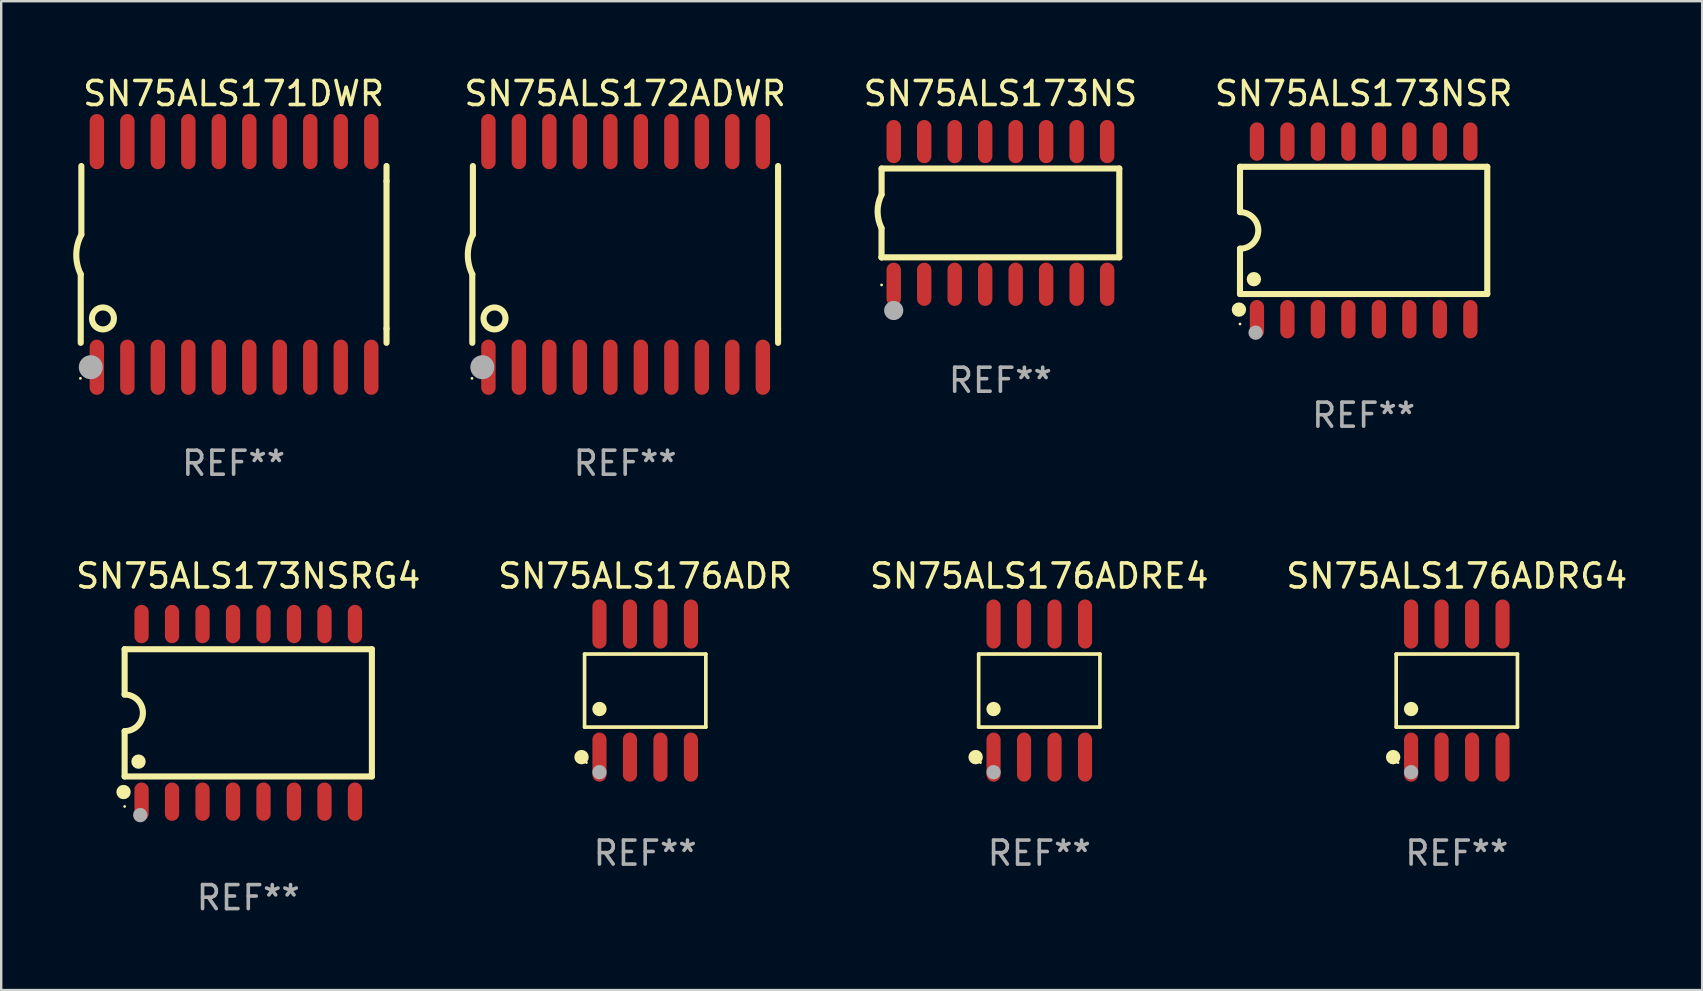
<source format=kicad_pcb>
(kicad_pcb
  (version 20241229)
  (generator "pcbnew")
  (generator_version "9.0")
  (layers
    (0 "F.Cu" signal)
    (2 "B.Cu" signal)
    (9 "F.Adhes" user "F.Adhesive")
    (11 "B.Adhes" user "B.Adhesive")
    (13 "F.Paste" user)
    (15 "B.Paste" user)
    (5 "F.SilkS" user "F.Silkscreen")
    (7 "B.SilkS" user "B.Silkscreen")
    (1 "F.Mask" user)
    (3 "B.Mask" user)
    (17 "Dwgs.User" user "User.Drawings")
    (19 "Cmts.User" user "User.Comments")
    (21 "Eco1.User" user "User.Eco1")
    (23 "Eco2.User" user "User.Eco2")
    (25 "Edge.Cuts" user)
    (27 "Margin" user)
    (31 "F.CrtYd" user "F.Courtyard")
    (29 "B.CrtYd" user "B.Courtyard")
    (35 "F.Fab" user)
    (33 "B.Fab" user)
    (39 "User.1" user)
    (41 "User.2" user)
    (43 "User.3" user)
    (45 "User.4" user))
  (footprint "SN75ALS173NSR"
    (layer "F.Cu")
    (at 53.755 6.548)
    (property "Reference" "SN75ALS173NSR" (at 0 -5.7 0) (layer "F.SilkS") (effects (font (size 1 1) (thickness 0.15))))
    (attr through_hole)
    (fp_line (start -5.15 -2.65) (end -5.15 -0.762) (stroke (width 0.254) (type solid)) (layer "F.SilkS"))
    (fp_line (start -5.15 -2.65) (end 5.15 -2.65) (stroke (width 0.254) (type solid)) (layer "F.SilkS"))
    (fp_line (start -5.15 2.65) (end -5.15 0.762) (stroke (width 0.254) (type solid)) (layer "F.SilkS"))
    (fp_line (start 5.15 -2.65) (end 5.15 2.65) (stroke (width 0.254) (type solid)) (layer "F.SilkS"))
    (fp_line (start 5.15 2.65) (end -5.15 2.65) (stroke (width 0.254) (type solid)) (layer "F.SilkS"))
    (fp_arc (start -5.151131 -0.762003) (mid -4.389128 -0.000559) (end -5.150013 0.762002) (stroke (width 0.254001) (type solid)) (layer "F.SilkS"))
    (fp_circle (center -5.195 3.299) (end -5.045 3.299) (stroke (width 0.3) (type solid)) (fill no) (layer "F.SilkS"))
    (fp_circle (center -5.15 3.9) (end -5.12 3.9) (stroke (width 0.06) (type solid)) (fill no) (layer "F.SilkS"))
    (fp_circle (center -4.572 2.032) (end -4.422 2.032) (stroke (width 0.3) (type solid)) (fill no) (layer "F.SilkS"))
    (fp_circle (center -4.5 4.26) (end -4.35 4.26) (stroke (width 0.3) (type solid)) (fill no) (layer "F.Fab"))
    (fp_text user "REF**" (at 0 7.7 0) (layer "F.Fab") (effects (font (size 1 1) (thickness 0.15))))
    (pad "1" smd oval (at -4.445 3.7) (size 0.595 1.598) (layers "F.Cu" "F.Mask" "F.Paste"))
    (pad "2" smd oval (at -3.175 3.7) (size 0.595 1.598) (layers "F.Cu" "F.Mask" "F.Paste"))
    (pad "3" smd oval (at -1.905 3.7) (size 0.595 1.598) (layers "F.Cu" "F.Mask" "F.Paste"))
    (pad "4" smd oval (at -0.635 3.7) (size 0.595 1.598) (layers "F.Cu" "F.Mask" "F.Paste"))
    (pad "5" smd oval (at 0.635 3.7) (size 0.595 1.598) (layers "F.Cu" "F.Mask" "F.Paste"))
    (pad "6" smd oval (at 1.905 3.7) (size 0.595 1.598) (layers "F.Cu" "F.Mask" "F.Paste"))
    (pad "7" smd oval (at 3.175 3.7) (size 0.595 1.598) (layers "F.Cu" "F.Mask" "F.Paste"))
    (pad "8" smd oval (at 4.445 3.7) (size 0.595 1.598) (layers "F.Cu" "F.Mask" "F.Paste"))
    (pad "9" smd oval (at 4.445 -3.7) (size 0.595 1.598) (layers "F.Cu" "F.Mask" "F.Paste"))
    (pad "10" smd oval (at 3.175 -3.7) (size 0.595 1.598) (layers "F.Cu" "F.Mask" "F.Paste"))
    (pad "11" smd oval (at 1.905 -3.7) (size 0.595 1.598) (layers "F.Cu" "F.Mask" "F.Paste"))
    (pad "12" smd oval (at 0.635 -3.7) (size 0.595 1.598) (layers "F.Cu" "F.Mask" "F.Paste"))
    (pad "13" smd oval (at -0.635 -3.7) (size 0.595 1.598) (layers "F.Cu" "F.Mask" "F.Paste"))
    (pad "14" smd oval (at -1.905 -3.7) (size 0.595 1.598) (layers "F.Cu" "F.Mask" "F.Paste"))
    (pad "15" smd oval (at -3.175 -3.7) (size 0.595 1.598) (layers "F.Cu" "F.Mask" "F.Paste"))
    (pad "16" smd oval (at -4.445 -3.7) (size 0.595 1.598) (layers "F.Cu" "F.Mask" "F.Paste")))
  (footprint "SN75ALS171DWR"
    (layer "F.Cu")
    (at 6.682 7.548)
    (property "Reference" "SN75ALS171DWR" (at 0 -6.7 0) (layer "F.SilkS") (effects (font (size 1 1) (thickness 0.15))))
    (attr through_hole)
    (fp_line (start -6.369 0.826) (end -6.369 3.683) (stroke (width 0.254) (type solid)) (layer "F.SilkS"))
    (fp_line (start -6.343 -0.825) (end -6.343 -3.683) (stroke (width 0.254) (type solid)) (layer "F.SilkS"))
    (fp_line (start 6.369 -3.048) (end 6.369 -3.683) (stroke (width 0.254) (type solid)) (layer "F.SilkS"))
    (fp_line (start 6.369 -3.048) (end 6.369 3.096) (stroke (width 0.254) (type solid)) (layer "F.SilkS"))
    (fp_line (start 6.369 3.096) (end 6.369 3.683) (stroke (width 0.254) (type solid)) (layer "F.SilkS"))
    (fp_arc (start -6.36853 0.825552) (mid -6.554743 -0.00301) (end -6.343129 -0.825451) (stroke (width 0.254001) (type solid)) (layer "F.SilkS"))
    (fp_circle (center -6.382 5.163) (end -6.352 5.163) (stroke (width 0.06) (type solid)) (fill no) (layer "F.SilkS"))
    (fp_circle (center -5.443 2.667) (end -4.985 2.667) (stroke (width 0.254) (type solid)) (fill no) (layer "F.SilkS"))
    (fp_circle (center -5.951 4.699) (end -5.701 4.699) (stroke (width 0.5) (type solid)) (fill no) (layer "F.Fab"))
    (fp_text user "REF**" (at 0 8.7 0) (layer "F.Fab") (effects (font (size 1 1) (thickness 0.15))))
    (pad "1" smd oval (at -5.697 4.7 180) (size 0.6 2.3) (layers "F.Cu" "F.Mask" "F.Paste"))
    (pad "2" smd oval (at -4.427 4.7 180) (size 0.6 2.3) (layers "F.Cu" "F.Mask" "F.Paste"))
    (pad "3" smd oval (at -3.157 4.7 180) (size 0.6 2.3) (layers "F.Cu" "F.Mask" "F.Paste"))
    (pad "4" smd oval (at -1.887 4.7 180) (size 0.6 2.3) (layers "F.Cu" "F.Mask" "F.Paste"))
    (pad "5" smd oval (at -0.617 4.7 180) (size 0.6 2.3) (layers "F.Cu" "F.Mask" "F.Paste"))
    (pad "6" smd oval (at 0.653 4.7 180) (size 0.6 2.3) (layers "F.Cu" "F.Mask" "F.Paste"))
    (pad "7" smd oval (at 1.923 4.7 180) (size 0.6 2.3) (layers "F.Cu" "F.Mask" "F.Paste"))
    (pad "8" smd oval (at 3.193 4.7 180) (size 0.6 2.3) (layers "F.Cu" "F.Mask" "F.Paste"))
    (pad "9" smd oval (at 4.463 4.7 180) (size 0.6 2.3) (layers "F.Cu" "F.Mask" "F.Paste"))
    (pad "10" smd oval (at 5.734 4.7 180) (size 0.6 2.3) (layers "F.Cu" "F.Mask" "F.Paste"))
    (pad "11" smd oval (at 5.734 -4.7 180) (size 0.6 2.3) (layers "F.Cu" "F.Mask" "F.Paste"))
    (pad "12" smd oval (at 4.463 -4.7 180) (size 0.6 2.3) (layers "F.Cu" "F.Mask" "F.Paste"))
    (pad "13" smd oval (at 3.193 -4.7 180) (size 0.6 2.3) (layers "F.Cu" "F.Mask" "F.Paste"))
    (pad "14" smd oval (at 1.923 -4.7 180) (size 0.6 2.3) (layers "F.Cu" "F.Mask" "F.Paste"))
    (pad "15" smd oval (at 0.653 -4.7 180) (size 0.6 2.3) (layers "F.Cu" "F.Mask" "F.Paste"))
    (pad "16" smd oval (at -0.617 -4.7 180) (size 0.6 2.3) (layers "F.Cu" "F.Mask" "F.Paste"))
    (pad "17" smd oval (at -1.887 -4.7 180) (size 0.6 2.3) (layers "F.Cu" "F.Mask" "F.Paste"))
    (pad "18" smd oval (at -3.157 -4.7 180) (size 0.6 2.3) (layers "F.Cu" "F.Mask" "F.Paste"))
    (pad "19" smd oval (at -4.427 -4.7 180) (size 0.6 2.3) (layers "F.Cu" "F.Mask" "F.Paste"))
    (pad "20" smd oval (at -5.697 -4.7 180) (size 0.6 2.3) (layers "F.Cu" "F.Mask" "F.Paste")))
  (footprint "SN75ALS173NSRG4"
    (layer "F.Cu")
    (at 7.292 26.645)
    (property "Reference" "SN75ALS173NSRG4" (at 0 -5.7 0) (layer "F.SilkS") (effects (font (size 1 1) (thickness 0.15))))
    (attr through_hole)
    (fp_line (start -5.15 -2.65) (end -5.15 -0.762) (stroke (width 0.254) (type solid)) (layer "F.SilkS"))
    (fp_line (start -5.15 -2.65) (end 5.15 -2.65) (stroke (width 0.254) (type solid)) (layer "F.SilkS"))
    (fp_line (start -5.15 2.65) (end -5.15 0.762) (stroke (width 0.254) (type solid)) (layer "F.SilkS"))
    (fp_line (start 5.15 -2.65) (end 5.15 2.65) (stroke (width 0.254) (type solid)) (layer "F.SilkS"))
    (fp_line (start 5.15 2.65) (end -5.15 2.65) (stroke (width 0.254) (type solid)) (layer "F.SilkS"))
    (fp_arc (start -5.151131 -0.762003) (mid -4.389128 -0.000559) (end -5.150013 0.762002) (stroke (width 0.254001) (type solid)) (layer "F.SilkS"))
    (fp_circle (center -5.195 3.299) (end -5.045 3.299) (stroke (width 0.3) (type solid)) (fill no) (layer "F.SilkS"))
    (fp_circle (center -5.15 3.9) (end -5.12 3.9) (stroke (width 0.06) (type solid)) (fill no) (layer "F.SilkS"))
    (fp_circle (center -4.572 2.032) (end -4.422 2.032) (stroke (width 0.3) (type solid)) (fill no) (layer "F.SilkS"))
    (fp_circle (center -4.5 4.26) (end -4.35 4.26) (stroke (width 0.3) (type solid)) (fill no) (layer "F.Fab"))
    (fp_text user "REF**" (at 0 7.7 0) (layer "F.Fab") (effects (font (size 1 1) (thickness 0.15))))
    (pad "1" smd oval (at -4.445 3.7) (size 0.595 1.598) (layers "F.Cu" "F.Mask" "F.Paste"))
    (pad "2" smd oval (at -3.175 3.7) (size 0.595 1.598) (layers "F.Cu" "F.Mask" "F.Paste"))
    (pad "3" smd oval (at -1.905 3.7) (size 0.595 1.598) (layers "F.Cu" "F.Mask" "F.Paste"))
    (pad "4" smd oval (at -0.635 3.7) (size 0.595 1.598) (layers "F.Cu" "F.Mask" "F.Paste"))
    (pad "5" smd oval (at 0.635 3.7) (size 0.595 1.598) (layers "F.Cu" "F.Mask" "F.Paste"))
    (pad "6" smd oval (at 1.905 3.7) (size 0.595 1.598) (layers "F.Cu" "F.Mask" "F.Paste"))
    (pad "7" smd oval (at 3.175 3.7) (size 0.595 1.598) (layers "F.Cu" "F.Mask" "F.Paste"))
    (pad "8" smd oval (at 4.445 3.7) (size 0.595 1.598) (layers "F.Cu" "F.Mask" "F.Paste"))
    (pad "9" smd oval (at 4.445 -3.7) (size 0.595 1.598) (layers "F.Cu" "F.Mask" "F.Paste"))
    (pad "10" smd oval (at 3.175 -3.7) (size 0.595 1.598) (layers "F.Cu" "F.Mask" "F.Paste"))
    (pad "11" smd oval (at 1.905 -3.7) (size 0.595 1.598) (layers "F.Cu" "F.Mask" "F.Paste"))
    (pad "12" smd oval (at 0.635 -3.7) (size 0.595 1.598) (layers "F.Cu" "F.Mask" "F.Paste"))
    (pad "13" smd oval (at -0.635 -3.7) (size 0.595 1.598) (layers "F.Cu" "F.Mask" "F.Paste"))
    (pad "14" smd oval (at -1.905 -3.7) (size 0.595 1.598) (layers "F.Cu" "F.Mask" "F.Paste"))
    (pad "15" smd oval (at -3.175 -3.7) (size 0.595 1.598) (layers "F.Cu" "F.Mask" "F.Paste"))
    (pad "16" smd oval (at -4.445 -3.7) (size 0.595 1.598) (layers "F.Cu" "F.Mask" "F.Paste")))
  (footprint "SN75ALS176ADRE4"
    (layer "F.Cu")
    (at 40.244 25.717)
    (property "Reference" "SN75ALS176ADRE4" (at 0 -4.772 0) (layer "F.SilkS") (effects (font (size 1 1) (thickness 0.15))))
    (attr through_hole)
    (fp_line (start -2.526 -1.521) (end 2.526 -1.521) (stroke (width 0.152) (type solid)) (layer "F.SilkS"))
    (fp_line (start -2.526 1.521) (end -2.526 -1.521) (stroke (width 0.152) (type solid)) (layer "F.SilkS"))
    (fp_line (start 2.526 -1.521) (end 2.526 1.521) (stroke (width 0.152) (type solid)) (layer "F.SilkS"))
    (fp_line (start 2.526 1.521) (end -2.526 1.521) (stroke (width 0.152) (type solid)) (layer "F.SilkS"))
    (fp_circle (center -2.652 2.772) (end -2.501 2.772) (stroke (width 0.3) (type solid)) (fill no) (layer "F.SilkS"))
    (fp_circle (center -2.45 3) (end -2.42 3) (stroke (width 0.06) (type solid)) (fill no) (layer "F.SilkS"))
    (fp_circle (center -1.905 0.769) (end -1.755 0.769) (stroke (width 0.3) (type solid)) (fill no) (layer "F.SilkS"))
    (fp_circle (center -1.905 3.4) (end -1.755 3.4) (stroke (width 0.3) (type solid)) (fill no) (layer "F.Fab"))
    (fp_text user "REF**" (at 0 6.772 0) (layer "F.Fab") (effects (font (size 1 1) (thickness 0.15))))
    (pad "1" smd oval (at -1.905 2.772) (size 0.588 2.045) (layers "F.Cu" "F.Mask" "F.Paste"))
    (pad "2" smd oval (at -0.635 2.772) (size 0.588 2.045) (layers "F.Cu" "F.Mask" "F.Paste"))
    (pad "3" smd oval (at 0.635 2.772) (size 0.588 2.045) (layers "F.Cu" "F.Mask" "F.Paste"))
    (pad "4" smd oval (at 1.905 2.772) (size 0.588 2.045) (layers "F.Cu" "F.Mask" "F.Paste"))
    (pad "5" smd oval (at 1.905 -2.772) (size 0.588 2.045) (layers "F.Cu" "F.Mask" "F.Paste"))
    (pad "6" smd oval (at 0.635 -2.772) (size 0.588 2.045) (layers "F.Cu" "F.Mask" "F.Paste"))
    (pad "7" smd oval (at -0.635 -2.772) (size 0.588 2.045) (layers "F.Cu" "F.Mask" "F.Paste"))
    (pad "8" smd oval (at -1.905 -2.772) (size 0.588 2.045) (layers "F.Cu" "F.Mask" "F.Paste")))
  (footprint "SN75ALS176ADR"
    (layer "F.Cu")
    (at 23.827 25.717)
    (property "Reference" "SN75ALS176ADR" (at 0 -4.772 0) (layer "F.SilkS") (effects (font (size 1 1) (thickness 0.15))))
    (attr through_hole)
    (fp_line (start -2.526 -1.521) (end 2.526 -1.521) (stroke (width 0.152) (type solid)) (layer "F.SilkS"))
    (fp_line (start -2.526 1.521) (end -2.526 -1.521) (stroke (width 0.152) (type solid)) (layer "F.SilkS"))
    (fp_line (start 2.526 -1.521) (end 2.526 1.521) (stroke (width 0.152) (type solid)) (layer "F.SilkS"))
    (fp_line (start 2.526 1.521) (end -2.526 1.521) (stroke (width 0.152) (type solid)) (layer "F.SilkS"))
    (fp_circle (center -2.652 2.772) (end -2.501 2.772) (stroke (width 0.3) (type solid)) (fill no) (layer "F.SilkS"))
    (fp_circle (center -2.45 3) (end -2.42 3) (stroke (width 0.06) (type solid)) (fill no) (layer "F.SilkS"))
    (fp_circle (center -1.905 0.769) (end -1.755 0.769) (stroke (width 0.3) (type solid)) (fill no) (layer "F.SilkS"))
    (fp_circle (center -1.905 3.4) (end -1.755 3.4) (stroke (width 0.3) (type solid)) (fill no) (layer "F.Fab"))
    (fp_text user "REF**" (at 0 6.772 0) (layer "F.Fab") (effects (font (size 1 1) (thickness 0.15))))
    (pad "1" smd oval (at -1.905 2.772) (size 0.588 2.045) (layers "F.Cu" "F.Mask" "F.Paste"))
    (pad "2" smd oval (at -0.635 2.772) (size 0.588 2.045) (layers "F.Cu" "F.Mask" "F.Paste"))
    (pad "3" smd oval (at 0.635 2.772) (size 0.588 2.045) (layers "F.Cu" "F.Mask" "F.Paste"))
    (pad "4" smd oval (at 1.905 2.772) (size 0.588 2.045) (layers "F.Cu" "F.Mask" "F.Paste"))
    (pad "5" smd oval (at 1.905 -2.772) (size 0.588 2.045) (layers "F.Cu" "F.Mask" "F.Paste"))
    (pad "6" smd oval (at 0.635 -2.772) (size 0.588 2.045) (layers "F.Cu" "F.Mask" "F.Paste"))
    (pad "7" smd oval (at -0.635 -2.772) (size 0.588 2.045) (layers "F.Cu" "F.Mask" "F.Paste"))
    (pad "8" smd oval (at -1.905 -2.772) (size 0.588 2.045) (layers "F.Cu" "F.Mask" "F.Paste")))
  (footprint "SN75ALS172ADWR"
    (layer "F.Cu")
    (at 22.993 7.548)
    (property "Reference" "SN75ALS172ADWR" (at 0 -6.7 0) (layer "F.SilkS") (effects (font (size 1 1) (thickness 0.15))))
    (attr through_hole)
    (fp_line (start -6.369 0.826) (end -6.369 3.683) (stroke (width 0.254) (type solid)) (layer "F.SilkS"))
    (fp_line (start -6.343 -0.825) (end -6.343 -3.683) (stroke (width 0.254) (type solid)) (layer "F.SilkS"))
    (fp_line (start 6.369 -3.048) (end 6.369 -3.683) (stroke (width 0.254) (type solid)) (layer "F.SilkS"))
    (fp_line (start 6.369 -3.048) (end 6.369 3.096) (stroke (width 0.254) (type solid)) (layer "F.SilkS"))
    (fp_line (start 6.369 3.096) (end 6.369 3.683) (stroke (width 0.254) (type solid)) (layer "F.SilkS"))
    (fp_arc (start -6.36853 0.825552) (mid -6.554743 -0.00301) (end -6.343129 -0.825451) (stroke (width 0.254001) (type solid)) (layer "F.SilkS"))
    (fp_circle (center -6.382 5.163) (end -6.352 5.163) (stroke (width 0.06) (type solid)) (fill no) (layer "F.SilkS"))
    (fp_circle (center -5.443 2.667) (end -4.985 2.667) (stroke (width 0.254) (type solid)) (fill no) (layer "F.SilkS"))
    (fp_circle (center -5.951 4.699) (end -5.701 4.699) (stroke (width 0.5) (type solid)) (fill no) (layer "F.Fab"))
    (fp_text user "REF**" (at 0 8.7 0) (layer "F.Fab") (effects (font (size 1 1) (thickness 0.15))))
    (pad "1" smd oval (at -5.697 4.7 180) (size 0.6 2.3) (layers "F.Cu" "F.Mask" "F.Paste"))
    (pad "2" smd oval (at -4.427 4.7 180) (size 0.6 2.3) (layers "F.Cu" "F.Mask" "F.Paste"))
    (pad "3" smd oval (at -3.157 4.7 180) (size 0.6 2.3) (layers "F.Cu" "F.Mask" "F.Paste"))
    (pad "4" smd oval (at -1.887 4.7 180) (size 0.6 2.3) (layers "F.Cu" "F.Mask" "F.Paste"))
    (pad "5" smd oval (at -0.617 4.7 180) (size 0.6 2.3) (layers "F.Cu" "F.Mask" "F.Paste"))
    (pad "6" smd oval (at 0.653 4.7 180) (size 0.6 2.3) (layers "F.Cu" "F.Mask" "F.Paste"))
    (pad "7" smd oval (at 1.923 4.7 180) (size 0.6 2.3) (layers "F.Cu" "F.Mask" "F.Paste"))
    (pad "8" smd oval (at 3.193 4.7 180) (size 0.6 2.3) (layers "F.Cu" "F.Mask" "F.Paste"))
    (pad "9" smd oval (at 4.463 4.7 180) (size 0.6 2.3) (layers "F.Cu" "F.Mask" "F.Paste"))
    (pad "10" smd oval (at 5.734 4.7 180) (size 0.6 2.3) (layers "F.Cu" "F.Mask" "F.Paste"))
    (pad "11" smd oval (at 5.734 -4.7 180) (size 0.6 2.3) (layers "F.Cu" "F.Mask" "F.Paste"))
    (pad "12" smd oval (at 4.463 -4.7 180) (size 0.6 2.3) (layers "F.Cu" "F.Mask" "F.Paste"))
    (pad "13" smd oval (at 3.193 -4.7 180) (size 0.6 2.3) (layers "F.Cu" "F.Mask" "F.Paste"))
    (pad "14" smd oval (at 1.923 -4.7 180) (size 0.6 2.3) (layers "F.Cu" "F.Mask" "F.Paste"))
    (pad "15" smd oval (at 0.653 -4.7 180) (size 0.6 2.3) (layers "F.Cu" "F.Mask" "F.Paste"))
    (pad "16" smd oval (at -0.617 -4.7 180) (size 0.6 2.3) (layers "F.Cu" "F.Mask" "F.Paste"))
    (pad "17" smd oval (at -1.887 -4.7 180) (size 0.6 2.3) (layers "F.Cu" "F.Mask" "F.Paste"))
    (pad "18" smd oval (at -3.157 -4.7 180) (size 0.6 2.3) (layers "F.Cu" "F.Mask" "F.Paste"))
    (pad "19" smd oval (at -4.427 -4.7 180) (size 0.6 2.3) (layers "F.Cu" "F.Mask" "F.Paste"))
    (pad "20" smd oval (at -5.697 -4.7 180) (size 0.6 2.3) (layers "F.Cu" "F.Mask" "F.Paste")))
  (footprint "SN75ALS176ADRG4"
    (layer "F.Cu")
    (at 57.637 25.717)
    (property "Reference" "SN75ALS176ADRG4" (at 0 -4.772 0) (layer "F.SilkS") (effects (font (size 1 1) (thickness 0.15))))
    (attr through_hole)
    (fp_line (start -2.526 -1.521) (end 2.526 -1.521) (stroke (width 0.152) (type solid)) (layer "F.SilkS"))
    (fp_line (start -2.526 1.521) (end -2.526 -1.521) (stroke (width 0.152) (type solid)) (layer "F.SilkS"))
    (fp_line (start 2.526 -1.521) (end 2.526 1.521) (stroke (width 0.152) (type solid)) (layer "F.SilkS"))
    (fp_line (start 2.526 1.521) (end -2.526 1.521) (stroke (width 0.152) (type solid)) (layer "F.SilkS"))
    (fp_circle (center -2.652 2.772) (end -2.501 2.772) (stroke (width 0.3) (type solid)) (fill no) (layer "F.SilkS"))
    (fp_circle (center -2.45 3) (end -2.42 3) (stroke (width 0.06) (type solid)) (fill no) (layer "F.SilkS"))
    (fp_circle (center -1.905 0.769) (end -1.755 0.769) (stroke (width 0.3) (type solid)) (fill no) (layer "F.SilkS"))
    (fp_circle (center -1.905 3.4) (end -1.755 3.4) (stroke (width 0.3) (type solid)) (fill no) (layer "F.Fab"))
    (fp_text user "REF**" (at 0 6.772 0) (layer "F.Fab") (effects (font (size 1 1) (thickness 0.15))))
    (pad "1" smd oval (at -1.905 2.772) (size 0.588 2.045) (layers "F.Cu" "F.Mask" "F.Paste"))
    (pad "2" smd oval (at -0.635 2.772) (size 0.588 2.045) (layers "F.Cu" "F.Mask" "F.Paste"))
    (pad "3" smd oval (at 0.635 2.772) (size 0.588 2.045) (layers "F.Cu" "F.Mask" "F.Paste"))
    (pad "4" smd oval (at 1.905 2.772) (size 0.588 2.045) (layers "F.Cu" "F.Mask" "F.Paste"))
    (pad "5" smd oval (at 1.905 -2.772) (size 0.588 2.045) (layers "F.Cu" "F.Mask" "F.Paste"))
    (pad "6" smd oval (at 0.635 -2.772) (size 0.588 2.045) (layers "F.Cu" "F.Mask" "F.Paste"))
    (pad "7" smd oval (at -0.635 -2.772) (size 0.588 2.045) (layers "F.Cu" "F.Mask" "F.Paste"))
    (pad "8" smd oval (at -1.905 -2.772) (size 0.588 2.045) (layers "F.Cu" "F.Mask" "F.Paste")))
  (footprint "SN75ALS173NS"
    (layer "F.Cu")
    (at 38.624 5.82)
    (property "Reference" "SN75ALS173NS" (at 0 -4.972 0) (layer "F.SilkS") (effects (font (size 1 1) (thickness 0.15))))
    (attr through_hole)
    (fp_line (start -4.952 0.635) (end -4.952 1.85) (stroke (width 0.254) (type solid)) (layer "F.SilkS"))
    (fp_line (start -4.952 1.85) (end -4.949 1.85) (stroke (width 0.254) (type solid)) (layer "F.SilkS"))
    (fp_line (start -4.949 -1.85) (end -4.949 -0.762) (stroke (width 0.254) (type solid)) (layer "F.SilkS"))
    (fp_line (start -4.949 1.85) (end 4.952 1.85) (stroke (width 0.254) (type solid)) (layer "F.SilkS"))
    (fp_line (start 4.952 -1.85) (end -4.949 -1.85) (stroke (width 0.254) (type solid)) (layer "F.SilkS"))
    (fp_line (start 4.952 1.85) (end 4.952 -1.85) (stroke (width 0.254) (type solid)) (layer "F.SilkS"))
    (fp_arc (start -4.951524 0.635001) (mid -5.116418 -0.0635) (end -4.951524 -0.762002) (stroke (width 0.254001) (type solid)) (layer "F.SilkS"))
    (fp_circle (center -4.949 3) (end -4.919 3) (stroke (width 0.06) (type solid)) (fill no) (layer "F.SilkS"))
    (fp_circle (center -4.444 4.064) (end -4.244 4.064) (stroke (width 0.4) (type solid)) (fill no) (layer "F.Fab"))
    (fp_text user "REF**" (at 0 6.972 0) (layer "F.Fab") (effects (font (size 1 1) (thickness 0.15))))
    (pad "1" smd oval (at -4.444 2.972 180) (size 0.6 1.8) (layers "F.Cu" "F.Mask" "F.Paste"))
    (pad "2" smd oval (at -3.174 2.972 180) (size 0.6 1.8) (layers "F.Cu" "F.Mask" "F.Paste"))
    (pad "3" smd oval (at -1.904 2.972 180) (size 0.6 1.8) (layers "F.Cu" "F.Mask" "F.Paste"))
    (pad "4" smd oval (at -0.634 2.972 180) (size 0.6 1.8) (layers "F.Cu" "F.Mask" "F.Paste"))
    (pad "5" smd oval (at 0.636 2.972 180) (size 0.6 1.8) (layers "F.Cu" "F.Mask" "F.Paste"))
    (pad "6" smd oval (at 1.906 2.972 180) (size 0.6 1.8) (layers "F.Cu" "F.Mask" "F.Paste"))
    (pad "7" smd oval (at 3.176 2.972 180) (size 0.6 1.8) (layers "F.Cu" "F.Mask" "F.Paste"))
    (pad "8" smd oval (at 4.446 2.972 180) (size 0.6 1.8) (layers "F.Cu" "F.Mask" "F.Paste"))
    (pad "9" smd oval (at 4.446 -2.972 180) (size 0.6 1.8) (layers "F.Cu" "F.Mask" "F.Paste"))
    (pad "10" smd oval (at 3.176 -2.972 180) (size 0.6 1.8) (layers "F.Cu" "F.Mask" "F.Paste"))
    (pad "11" smd oval (at 1.906 -2.972 180) (size 0.6 1.8) (layers "F.Cu" "F.Mask" "F.Paste"))
    (pad "12" smd oval (at 0.636 -2.972 180) (size 0.6 1.8) (layers "F.Cu" "F.Mask" "F.Paste"))
    (pad "13" smd oval (at -0.634 -2.972 180) (size 0.6 1.8) (layers "F.Cu" "F.Mask" "F.Paste"))
    (pad "14" smd oval (at -1.904 -2.972 180) (size 0.6 1.8) (layers "F.Cu" "F.Mask" "F.Paste"))
    (pad "15" smd oval (at -3.174 -2.972 180) (size 0.6 1.8) (layers "F.Cu" "F.Mask" "F.Paste"))
    (pad "16" smd oval (at -4.444 -2.972 180) (size 0.6 1.8) (layers "F.Cu" "F.Mask" "F.Paste")))
  (gr_rect
    (start -3 -3)
    (end 67.857 38.193)
    (stroke (width 0.1) (type default))
    (fill no)
    (layer "Edge.Cuts")))
</source>
